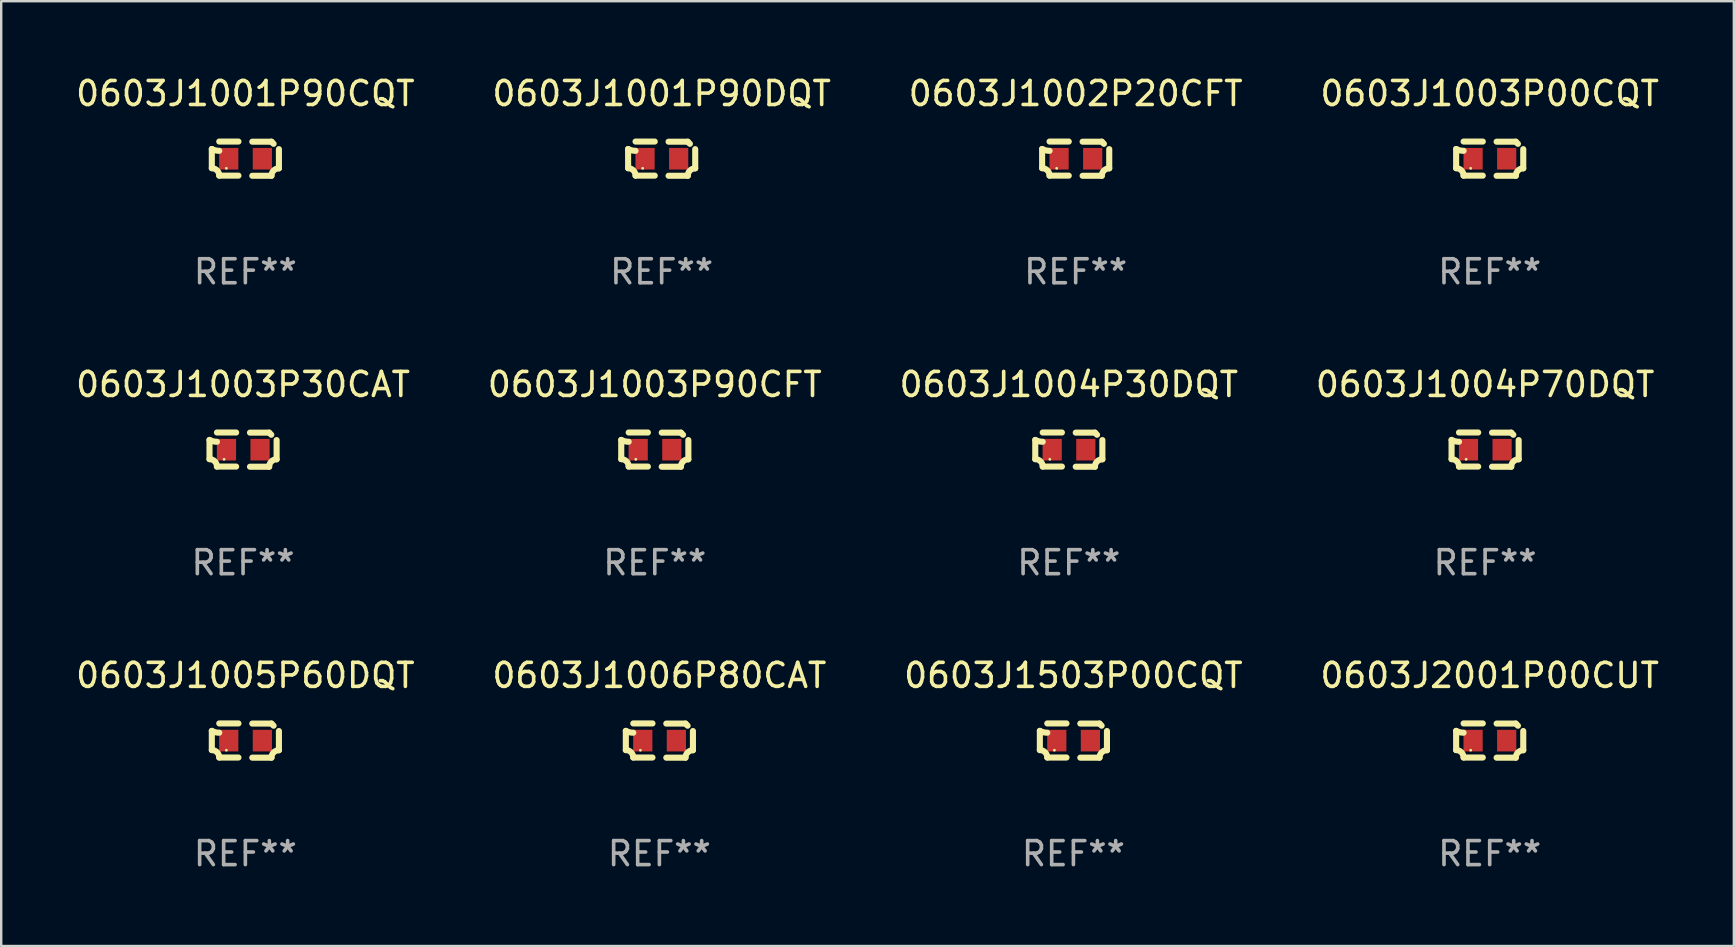
<source format=kicad_pcb>
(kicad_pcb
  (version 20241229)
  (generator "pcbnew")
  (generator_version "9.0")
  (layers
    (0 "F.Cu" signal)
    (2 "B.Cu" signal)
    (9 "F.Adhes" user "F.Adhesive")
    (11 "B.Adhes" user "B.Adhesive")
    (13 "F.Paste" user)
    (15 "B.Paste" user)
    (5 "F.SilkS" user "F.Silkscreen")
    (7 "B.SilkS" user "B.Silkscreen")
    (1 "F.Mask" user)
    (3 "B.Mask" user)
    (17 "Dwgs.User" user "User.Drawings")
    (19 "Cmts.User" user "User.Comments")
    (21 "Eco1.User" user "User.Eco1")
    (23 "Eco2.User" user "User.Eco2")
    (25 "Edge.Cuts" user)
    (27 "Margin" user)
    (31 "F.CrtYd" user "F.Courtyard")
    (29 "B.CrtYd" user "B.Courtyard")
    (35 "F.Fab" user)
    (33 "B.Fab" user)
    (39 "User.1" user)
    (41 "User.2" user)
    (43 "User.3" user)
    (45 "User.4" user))
  (footprint "0603J1003P00CQT"
    (layer "F.Cu")
    (at 59.018 3.561)
    (property "Reference" "0603J1003P00CQT" (at 0 -2.713 0) (layer "F.SilkS") (effects (font (size 1 1) (thickness 0.15))))
    (attr through_hole)
    (fp_line (start -1.398 -0.403) (end -1.398 0.397) (stroke (width 0.254) (type solid)) (layer "F.SilkS"))
    (fp_line (start -0.288 -0.713) (end -1.088 -0.713) (stroke (width 0.254) (type solid)) (layer "F.SilkS"))
    (fp_line (start -0.288 0.707) (end -1.088 0.707) (stroke (width 0.254) (type solid)) (layer "F.SilkS"))
    (fp_line (start 0.288 -0.707) (end 1.088 -0.707) (stroke (width 0.254) (type solid)) (layer "F.SilkS"))
    (fp_line (start 0.288 0.713) (end 1.088 0.713) (stroke (width 0.254) (type solid)) (layer "F.SilkS"))
    (fp_line (start 1.398 -0.397) (end 1.398 0.403) (stroke (width 0.254) (type solid)) (layer "F.SilkS"))
    (fp_arc (start -1.397789 0.397066) (mid -1.178701 0.487826) (end -1.08796 0.706922) (stroke (width 0.254001) (type solid)) (layer "F.SilkS"))
    (fp_arc (start -1.08796 -0.327176) (mid -1.247436 -0.346384) (end -1.39779 -0.402908) (stroke (width 0.254001) (type solid)) (layer "F.SilkS"))
    (fp_arc (start 1.087909 0.712738) (mid 1.178656 0.493655) (end 1.397739 0.402908) (stroke (width 0.254001) (type solid)) (layer "F.SilkS"))
    (fp_arc (start 1.175925 -0.618926) (mid 1.131917 -0.662923) (end 1.08791 -0.706922) (stroke (width 0.254001) (type solid)) (layer "F.SilkS"))
    (fp_circle (center -0.792 0.403) (end -0.762 0.403) (stroke (width 0.06) (type solid)) (fill no) (layer "F.SilkS"))
    (fp_text user "REF**" (at 0 4.713 0) (layer "F.Fab") (effects (font (size 1 1) (thickness 0.15))))
    (pad "1" smd rect (at -0.692 0.003) (size 0.8 0.9) (layers "F.Cu" "F.Mask" "F.Paste"))
    (pad "2" smd rect (at 0.708 0.003) (size 0.8 0.9) (layers "F.Cu" "F.Mask" "F.Paste")))
  (footprint "0603J1001P90CQT"
    (layer "F.Cu")
    (at 7.173 3.561)
    (property "Reference" "0603J1001P90CQT" (at 0 -2.713 0) (layer "F.SilkS") (effects (font (size 1 1) (thickness 0.15))))
    (attr through_hole)
    (fp_line (start -1.398 -0.403) (end -1.398 0.397) (stroke (width 0.254) (type solid)) (layer "F.SilkS"))
    (fp_line (start -0.288 -0.713) (end -1.088 -0.713) (stroke (width 0.254) (type solid)) (layer "F.SilkS"))
    (fp_line (start -0.288 0.707) (end -1.088 0.707) (stroke (width 0.254) (type solid)) (layer "F.SilkS"))
    (fp_line (start 0.288 -0.707) (end 1.088 -0.707) (stroke (width 0.254) (type solid)) (layer "F.SilkS"))
    (fp_line (start 0.288 0.713) (end 1.088 0.713) (stroke (width 0.254) (type solid)) (layer "F.SilkS"))
    (fp_line (start 1.398 -0.397) (end 1.398 0.403) (stroke (width 0.254) (type solid)) (layer "F.SilkS"))
    (fp_arc (start -1.397789 0.397066) (mid -1.178701 0.487826) (end -1.08796 0.706922) (stroke (width 0.254001) (type solid)) (layer "F.SilkS"))
    (fp_arc (start -1.08796 -0.327176) (mid -1.247436 -0.346384) (end -1.39779 -0.402908) (stroke (width 0.254001) (type solid)) (layer "F.SilkS"))
    (fp_arc (start 1.087909 0.712738) (mid 1.178656 0.493655) (end 1.397739 0.402908) (stroke (width 0.254001) (type solid)) (layer "F.SilkS"))
    (fp_arc (start 1.175925 -0.618926) (mid 1.131917 -0.662923) (end 1.08791 -0.706922) (stroke (width 0.254001) (type solid)) (layer "F.SilkS"))
    (fp_circle (center -0.792 0.403) (end -0.762 0.403) (stroke (width 0.06) (type solid)) (fill no) (layer "F.SilkS"))
    (fp_text user "REF**" (at 0 4.713 0) (layer "F.Fab") (effects (font (size 1 1) (thickness 0.15))))
    (pad "1" smd rect (at -0.692 0.003) (size 0.8 0.9) (layers "F.Cu" "F.Mask" "F.Paste"))
    (pad "2" smd rect (at 0.708 0.003) (size 0.8 0.9) (layers "F.Cu" "F.Mask" "F.Paste")))
  (footprint "0603J1003P30CAT"
    (layer "F.Cu")
    (at 7.077 15.683)
    (property "Reference" "0603J1003P30CAT" (at 0 -2.713 0) (layer "F.SilkS") (effects (font (size 1 1) (thickness 0.15))))
    (attr through_hole)
    (fp_line (start -1.398 -0.403) (end -1.398 0.397) (stroke (width 0.254) (type solid)) (layer "F.SilkS"))
    (fp_line (start -0.288 -0.713) (end -1.088 -0.713) (stroke (width 0.254) (type solid)) (layer "F.SilkS"))
    (fp_line (start -0.288 0.707) (end -1.088 0.707) (stroke (width 0.254) (type solid)) (layer "F.SilkS"))
    (fp_line (start 0.288 -0.707) (end 1.088 -0.707) (stroke (width 0.254) (type solid)) (layer "F.SilkS"))
    (fp_line (start 0.288 0.713) (end 1.088 0.713) (stroke (width 0.254) (type solid)) (layer "F.SilkS"))
    (fp_line (start 1.398 -0.397) (end 1.398 0.403) (stroke (width 0.254) (type solid)) (layer "F.SilkS"))
    (fp_arc (start -1.397789 0.397066) (mid -1.178701 0.487826) (end -1.08796 0.706922) (stroke (width 0.254001) (type solid)) (layer "F.SilkS"))
    (fp_arc (start -1.08796 -0.327176) (mid -1.247436 -0.346384) (end -1.39779 -0.402908) (stroke (width 0.254001) (type solid)) (layer "F.SilkS"))
    (fp_arc (start 1.087909 0.712738) (mid 1.178656 0.493655) (end 1.397739 0.402908) (stroke (width 0.254001) (type solid)) (layer "F.SilkS"))
    (fp_arc (start 1.175925 -0.618926) (mid 1.131917 -0.662923) (end 1.08791 -0.706922) (stroke (width 0.254001) (type solid)) (layer "F.SilkS"))
    (fp_circle (center -0.792 0.403) (end -0.762 0.403) (stroke (width 0.06) (type solid)) (fill no) (layer "F.SilkS"))
    (fp_text user "REF**" (at 0 4.713 0) (layer "F.Fab") (effects (font (size 1 1) (thickness 0.15))))
    (pad "1" smd rect (at -0.692 0.003) (size 0.8 0.9) (layers "F.Cu" "F.Mask" "F.Paste"))
    (pad "2" smd rect (at 0.708 0.003) (size 0.8 0.9) (layers "F.Cu" "F.Mask" "F.Paste")))
  (footprint "0603J1503P00CQT"
    (layer "F.Cu")
    (at 41.673 27.805)
    (property "Reference" "0603J1503P00CQT" (at 0 -2.713 0) (layer "F.SilkS") (effects (font (size 1 1) (thickness 0.15))))
    (attr through_hole)
    (fp_line (start -1.398 -0.403) (end -1.398 0.397) (stroke (width 0.254) (type solid)) (layer "F.SilkS"))
    (fp_line (start -0.288 -0.713) (end -1.088 -0.713) (stroke (width 0.254) (type solid)) (layer "F.SilkS"))
    (fp_line (start -0.288 0.707) (end -1.088 0.707) (stroke (width 0.254) (type solid)) (layer "F.SilkS"))
    (fp_line (start 0.288 -0.707) (end 1.088 -0.707) (stroke (width 0.254) (type solid)) (layer "F.SilkS"))
    (fp_line (start 0.288 0.713) (end 1.088 0.713) (stroke (width 0.254) (type solid)) (layer "F.SilkS"))
    (fp_line (start 1.398 -0.397) (end 1.398 0.403) (stroke (width 0.254) (type solid)) (layer "F.SilkS"))
    (fp_arc (start -1.397789 0.397066) (mid -1.178701 0.487826) (end -1.08796 0.706922) (stroke (width 0.254001) (type solid)) (layer "F.SilkS"))
    (fp_arc (start -1.08796 -0.327176) (mid -1.247436 -0.346384) (end -1.39779 -0.402908) (stroke (width 0.254001) (type solid)) (layer "F.SilkS"))
    (fp_arc (start 1.087909 0.712738) (mid 1.178656 0.493655) (end 1.397739 0.402908) (stroke (width 0.254001) (type solid)) (layer "F.SilkS"))
    (fp_arc (start 1.175925 -0.618926) (mid 1.131917 -0.662923) (end 1.08791 -0.706922) (stroke (width 0.254001) (type solid)) (layer "F.SilkS"))
    (fp_circle (center -0.792 0.403) (end -0.762 0.403) (stroke (width 0.06) (type solid)) (fill no) (layer "F.SilkS"))
    (fp_text user "REF**" (at 0 4.713 0) (layer "F.Fab") (effects (font (size 1 1) (thickness 0.15))))
    (pad "1" smd rect (at -0.692 0.003) (size 0.8 0.9) (layers "F.Cu" "F.Mask" "F.Paste"))
    (pad "2" smd rect (at 0.708 0.003) (size 0.8 0.9) (layers "F.Cu" "F.Mask" "F.Paste")))
  (footprint "0603J2001P00CUT"
    (layer "F.Cu")
    (at 59.018 27.805)
    (property "Reference" "0603J2001P00CUT" (at 0 -2.713 0) (layer "F.SilkS") (effects (font (size 1 1) (thickness 0.15))))
    (attr through_hole)
    (fp_line (start -1.398 -0.403) (end -1.398 0.397) (stroke (width 0.254) (type solid)) (layer "F.SilkS"))
    (fp_line (start -0.288 -0.713) (end -1.088 -0.713) (stroke (width 0.254) (type solid)) (layer "F.SilkS"))
    (fp_line (start -0.288 0.707) (end -1.088 0.707) (stroke (width 0.254) (type solid)) (layer "F.SilkS"))
    (fp_line (start 0.288 -0.707) (end 1.088 -0.707) (stroke (width 0.254) (type solid)) (layer "F.SilkS"))
    (fp_line (start 0.288 0.713) (end 1.088 0.713) (stroke (width 0.254) (type solid)) (layer "F.SilkS"))
    (fp_line (start 1.398 -0.397) (end 1.398 0.403) (stroke (width 0.254) (type solid)) (layer "F.SilkS"))
    (fp_arc (start -1.397789 0.397066) (mid -1.178701 0.487826) (end -1.08796 0.706922) (stroke (width 0.254001) (type solid)) (layer "F.SilkS"))
    (fp_arc (start -1.08796 -0.327176) (mid -1.247436 -0.346384) (end -1.39779 -0.402908) (stroke (width 0.254001) (type solid)) (layer "F.SilkS"))
    (fp_arc (start 1.087909 0.712738) (mid 1.178656 0.493655) (end 1.397739 0.402908) (stroke (width 0.254001) (type solid)) (layer "F.SilkS"))
    (fp_arc (start 1.175925 -0.618926) (mid 1.131917 -0.662923) (end 1.08791 -0.706922) (stroke (width 0.254001) (type solid)) (layer "F.SilkS"))
    (fp_circle (center -0.792 0.403) (end -0.762 0.403) (stroke (width 0.06) (type solid)) (fill no) (layer "F.SilkS"))
    (fp_text user "REF**" (at 0 4.713 0) (layer "F.Fab") (effects (font (size 1 1) (thickness 0.15))))
    (pad "1" smd rect (at -0.692 0.003) (size 0.8 0.9) (layers "F.Cu" "F.Mask" "F.Paste"))
    (pad "2" smd rect (at 0.708 0.003) (size 0.8 0.9) (layers "F.Cu" "F.Mask" "F.Paste")))
  (footprint "0603J1006P80CAT"
    (layer "F.Cu")
    (at 24.423 27.805)
    (property "Reference" "0603J1006P80CAT" (at 0 -2.713 0) (layer "F.SilkS") (effects (font (size 1 1) (thickness 0.15))))
    (attr through_hole)
    (fp_line (start -1.398 -0.403) (end -1.398 0.397) (stroke (width 0.254) (type solid)) (layer "F.SilkS"))
    (fp_line (start -0.288 -0.713) (end -1.088 -0.713) (stroke (width 0.254) (type solid)) (layer "F.SilkS"))
    (fp_line (start -0.288 0.707) (end -1.088 0.707) (stroke (width 0.254) (type solid)) (layer "F.SilkS"))
    (fp_line (start 0.288 -0.707) (end 1.088 -0.707) (stroke (width 0.254) (type solid)) (layer "F.SilkS"))
    (fp_line (start 0.288 0.713) (end 1.088 0.713) (stroke (width 0.254) (type solid)) (layer "F.SilkS"))
    (fp_line (start 1.398 -0.397) (end 1.398 0.403) (stroke (width 0.254) (type solid)) (layer "F.SilkS"))
    (fp_arc (start -1.397789 0.397066) (mid -1.178701 0.487826) (end -1.08796 0.706922) (stroke (width 0.254001) (type solid)) (layer "F.SilkS"))
    (fp_arc (start -1.08796 -0.327176) (mid -1.247436 -0.346384) (end -1.39779 -0.402908) (stroke (width 0.254001) (type solid)) (layer "F.SilkS"))
    (fp_arc (start 1.087909 0.712738) (mid 1.178656 0.493655) (end 1.397739 0.402908) (stroke (width 0.254001) (type solid)) (layer "F.SilkS"))
    (fp_arc (start 1.175925 -0.618926) (mid 1.131917 -0.662923) (end 1.08791 -0.706922) (stroke (width 0.254001) (type solid)) (layer "F.SilkS"))
    (fp_circle (center -0.792 0.403) (end -0.762 0.403) (stroke (width 0.06) (type solid)) (fill no) (layer "F.SilkS"))
    (fp_text user "REF**" (at 0 4.713 0) (layer "F.Fab") (effects (font (size 1 1) (thickness 0.15))))
    (pad "1" smd rect (at -0.692 0.003) (size 0.8 0.9) (layers "F.Cu" "F.Mask" "F.Paste"))
    (pad "2" smd rect (at 0.708 0.003) (size 0.8 0.9) (layers "F.Cu" "F.Mask" "F.Paste")))
  (footprint "0603J1004P70DQT"
    (layer "F.Cu")
    (at 58.827 15.683)
    (property "Reference" "0603J1004P70DQT" (at 0 -2.713 0) (layer "F.SilkS") (effects (font (size 1 1) (thickness 0.15))))
    (attr through_hole)
    (fp_line (start -1.398 -0.403) (end -1.398 0.397) (stroke (width 0.254) (type solid)) (layer "F.SilkS"))
    (fp_line (start -0.288 -0.713) (end -1.088 -0.713) (stroke (width 0.254) (type solid)) (layer "F.SilkS"))
    (fp_line (start -0.288 0.707) (end -1.088 0.707) (stroke (width 0.254) (type solid)) (layer "F.SilkS"))
    (fp_line (start 0.288 -0.707) (end 1.088 -0.707) (stroke (width 0.254) (type solid)) (layer "F.SilkS"))
    (fp_line (start 0.288 0.713) (end 1.088 0.713) (stroke (width 0.254) (type solid)) (layer "F.SilkS"))
    (fp_line (start 1.398 -0.397) (end 1.398 0.403) (stroke (width 0.254) (type solid)) (layer "F.SilkS"))
    (fp_arc (start -1.397789 0.397066) (mid -1.178701 0.487826) (end -1.08796 0.706922) (stroke (width 0.254001) (type solid)) (layer "F.SilkS"))
    (fp_arc (start -1.08796 -0.327176) (mid -1.247436 -0.346384) (end -1.39779 -0.402908) (stroke (width 0.254001) (type solid)) (layer "F.SilkS"))
    (fp_arc (start 1.087909 0.712738) (mid 1.178656 0.493655) (end 1.397739 0.402908) (stroke (width 0.254001) (type solid)) (layer "F.SilkS"))
    (fp_arc (start 1.175925 -0.618926) (mid 1.131917 -0.662923) (end 1.08791 -0.706922) (stroke (width 0.254001) (type solid)) (layer "F.SilkS"))
    (fp_circle (center -0.792 0.403) (end -0.762 0.403) (stroke (width 0.06) (type solid)) (fill no) (layer "F.SilkS"))
    (fp_text user "REF**" (at 0 4.713 0) (layer "F.Fab") (effects (font (size 1 1) (thickness 0.15))))
    (pad "1" smd rect (at -0.692 0.003) (size 0.8 0.9) (layers "F.Cu" "F.Mask" "F.Paste"))
    (pad "2" smd rect (at 0.708 0.003) (size 0.8 0.9) (layers "F.Cu" "F.Mask" "F.Paste")))
  (footprint "0603J1004P30DQT"
    (layer "F.Cu")
    (at 41.482 15.683)
    (property "Reference" "0603J1004P30DQT" (at 0 -2.713 0) (layer "F.SilkS") (effects (font (size 1 1) (thickness 0.15))))
    (attr through_hole)
    (fp_line (start -1.398 -0.403) (end -1.398 0.397) (stroke (width 0.254) (type solid)) (layer "F.SilkS"))
    (fp_line (start -0.288 -0.713) (end -1.088 -0.713) (stroke (width 0.254) (type solid)) (layer "F.SilkS"))
    (fp_line (start -0.288 0.707) (end -1.088 0.707) (stroke (width 0.254) (type solid)) (layer "F.SilkS"))
    (fp_line (start 0.288 -0.707) (end 1.088 -0.707) (stroke (width 0.254) (type solid)) (layer "F.SilkS"))
    (fp_line (start 0.288 0.713) (end 1.088 0.713) (stroke (width 0.254) (type solid)) (layer "F.SilkS"))
    (fp_line (start 1.398 -0.397) (end 1.398 0.403) (stroke (width 0.254) (type solid)) (layer "F.SilkS"))
    (fp_arc (start -1.397789 0.397066) (mid -1.178701 0.487826) (end -1.08796 0.706922) (stroke (width 0.254001) (type solid)) (layer "F.SilkS"))
    (fp_arc (start -1.08796 -0.327176) (mid -1.247436 -0.346384) (end -1.39779 -0.402908) (stroke (width 0.254001) (type solid)) (layer "F.SilkS"))
    (fp_arc (start 1.087909 0.712738) (mid 1.178656 0.493655) (end 1.397739 0.402908) (stroke (width 0.254001) (type solid)) (layer "F.SilkS"))
    (fp_arc (start 1.175925 -0.618926) (mid 1.131917 -0.662923) (end 1.08791 -0.706922) (stroke (width 0.254001) (type solid)) (layer "F.SilkS"))
    (fp_circle (center -0.792 0.403) (end -0.762 0.403) (stroke (width 0.06) (type solid)) (fill no) (layer "F.SilkS"))
    (fp_text user "REF**" (at 0 4.713 0) (layer "F.Fab") (effects (font (size 1 1) (thickness 0.15))))
    (pad "1" smd rect (at -0.692 0.003) (size 0.8 0.9) (layers "F.Cu" "F.Mask" "F.Paste"))
    (pad "2" smd rect (at 0.708 0.003) (size 0.8 0.9) (layers "F.Cu" "F.Mask" "F.Paste")))
  (footprint "0603J1003P90CFT"
    (layer "F.Cu")
    (at 24.232 15.683)
    (property "Reference" "0603J1003P90CFT" (at 0 -2.713 0) (layer "F.SilkS") (effects (font (size 1 1) (thickness 0.15))))
    (attr through_hole)
    (fp_line (start -1.398 -0.403) (end -1.398 0.397) (stroke (width 0.254) (type solid)) (layer "F.SilkS"))
    (fp_line (start -0.288 -0.713) (end -1.088 -0.713) (stroke (width 0.254) (type solid)) (layer "F.SilkS"))
    (fp_line (start -0.288 0.707) (end -1.088 0.707) (stroke (width 0.254) (type solid)) (layer "F.SilkS"))
    (fp_line (start 0.288 -0.707) (end 1.088 -0.707) (stroke (width 0.254) (type solid)) (layer "F.SilkS"))
    (fp_line (start 0.288 0.713) (end 1.088 0.713) (stroke (width 0.254) (type solid)) (layer "F.SilkS"))
    (fp_line (start 1.398 -0.397) (end 1.398 0.403) (stroke (width 0.254) (type solid)) (layer "F.SilkS"))
    (fp_arc (start -1.397789 0.397066) (mid -1.178701 0.487826) (end -1.08796 0.706922) (stroke (width 0.254001) (type solid)) (layer "F.SilkS"))
    (fp_arc (start -1.08796 -0.327176) (mid -1.247436 -0.346384) (end -1.39779 -0.402908) (stroke (width 0.254001) (type solid)) (layer "F.SilkS"))
    (fp_arc (start 1.087909 0.712738) (mid 1.178656 0.493655) (end 1.397739 0.402908) (stroke (width 0.254001) (type solid)) (layer "F.SilkS"))
    (fp_arc (start 1.175925 -0.618926) (mid 1.131917 -0.662923) (end 1.08791 -0.706922) (stroke (width 0.254001) (type solid)) (layer "F.SilkS"))
    (fp_circle (center -0.792 0.403) (end -0.762 0.403) (stroke (width 0.06) (type solid)) (fill no) (layer "F.SilkS"))
    (fp_text user "REF**" (at 0 4.713 0) (layer "F.Fab") (effects (font (size 1 1) (thickness 0.15))))
    (pad "1" smd rect (at -0.692 0.003) (size 0.8 0.9) (layers "F.Cu" "F.Mask" "F.Paste"))
    (pad "2" smd rect (at 0.708 0.003) (size 0.8 0.9) (layers "F.Cu" "F.Mask" "F.Paste")))
  (footprint "0603J1001P90DQT"
    (layer "F.Cu")
    (at 24.518 3.561)
    (property "Reference" "0603J1001P90DQT" (at 0 -2.713 0) (layer "F.SilkS") (effects (font (size 1 1) (thickness 0.15))))
    (attr through_hole)
    (fp_line (start -1.398 -0.403) (end -1.398 0.397) (stroke (width 0.254) (type solid)) (layer "F.SilkS"))
    (fp_line (start -0.288 -0.713) (end -1.088 -0.713) (stroke (width 0.254) (type solid)) (layer "F.SilkS"))
    (fp_line (start -0.288 0.707) (end -1.088 0.707) (stroke (width 0.254) (type solid)) (layer "F.SilkS"))
    (fp_line (start 0.288 -0.707) (end 1.088 -0.707) (stroke (width 0.254) (type solid)) (layer "F.SilkS"))
    (fp_line (start 0.288 0.713) (end 1.088 0.713) (stroke (width 0.254) (type solid)) (layer "F.SilkS"))
    (fp_line (start 1.398 -0.397) (end 1.398 0.403) (stroke (width 0.254) (type solid)) (layer "F.SilkS"))
    (fp_arc (start -1.397789 0.397066) (mid -1.178701 0.487826) (end -1.08796 0.706922) (stroke (width 0.254001) (type solid)) (layer "F.SilkS"))
    (fp_arc (start -1.08796 -0.327176) (mid -1.247436 -0.346384) (end -1.39779 -0.402908) (stroke (width 0.254001) (type solid)) (layer "F.SilkS"))
    (fp_arc (start 1.087909 0.712738) (mid 1.178656 0.493655) (end 1.397739 0.402908) (stroke (width 0.254001) (type solid)) (layer "F.SilkS"))
    (fp_arc (start 1.175925 -0.618926) (mid 1.131917 -0.662923) (end 1.08791 -0.706922) (stroke (width 0.254001) (type solid)) (layer "F.SilkS"))
    (fp_circle (center -0.792 0.403) (end -0.762 0.403) (stroke (width 0.06) (type solid)) (fill no) (layer "F.SilkS"))
    (fp_text user "REF**" (at 0 4.713 0) (layer "F.Fab") (effects (font (size 1 1) (thickness 0.15))))
    (pad "1" smd rect (at -0.692 0.003) (size 0.8 0.9) (layers "F.Cu" "F.Mask" "F.Paste"))
    (pad "2" smd rect (at 0.708 0.003) (size 0.8 0.9) (layers "F.Cu" "F.Mask" "F.Paste")))
  (footprint "0603J1002P20CFT"
    (layer "F.Cu")
    (at 41.768 3.561)
    (property "Reference" "0603J1002P20CFT" (at 0 -2.713 0) (layer "F.SilkS") (effects (font (size 1 1) (thickness 0.15))))
    (attr through_hole)
    (fp_line (start -1.398 -0.403) (end -1.398 0.397) (stroke (width 0.254) (type solid)) (layer "F.SilkS"))
    (fp_line (start -0.288 -0.713) (end -1.088 -0.713) (stroke (width 0.254) (type solid)) (layer "F.SilkS"))
    (fp_line (start -0.288 0.707) (end -1.088 0.707) (stroke (width 0.254) (type solid)) (layer "F.SilkS"))
    (fp_line (start 0.288 -0.707) (end 1.088 -0.707) (stroke (width 0.254) (type solid)) (layer "F.SilkS"))
    (fp_line (start 0.288 0.713) (end 1.088 0.713) (stroke (width 0.254) (type solid)) (layer "F.SilkS"))
    (fp_line (start 1.398 -0.397) (end 1.398 0.403) (stroke (width 0.254) (type solid)) (layer "F.SilkS"))
    (fp_arc (start -1.397789 0.397066) (mid -1.178701 0.487826) (end -1.08796 0.706922) (stroke (width 0.254001) (type solid)) (layer "F.SilkS"))
    (fp_arc (start -1.08796 -0.327176) (mid -1.247436 -0.346384) (end -1.39779 -0.402908) (stroke (width 0.254001) (type solid)) (layer "F.SilkS"))
    (fp_arc (start 1.087909 0.712738) (mid 1.178656 0.493655) (end 1.397739 0.402908) (stroke (width 0.254001) (type solid)) (layer "F.SilkS"))
    (fp_arc (start 1.175925 -0.618926) (mid 1.131917 -0.662923) (end 1.08791 -0.706922) (stroke (width 0.254001) (type solid)) (layer "F.SilkS"))
    (fp_circle (center -0.792 0.403) (end -0.762 0.403) (stroke (width 0.06) (type solid)) (fill no) (layer "F.SilkS"))
    (fp_text user "REF**" (at 0 4.713 0) (layer "F.Fab") (effects (font (size 1 1) (thickness 0.15))))
    (pad "1" smd rect (at -0.692 0.003) (size 0.8 0.9) (layers "F.Cu" "F.Mask" "F.Paste"))
    (pad "2" smd rect (at 0.708 0.003) (size 0.8 0.9) (layers "F.Cu" "F.Mask" "F.Paste")))
  (footprint "0603J1005P60DQT"
    (layer "F.Cu")
    (at 7.173 27.805)
    (property "Reference" "0603J1005P60DQT" (at 0 -2.713 0) (layer "F.SilkS") (effects (font (size 1 1) (thickness 0.15))))
    (attr through_hole)
    (fp_line (start -1.398 -0.403) (end -1.398 0.397) (stroke (width 0.254) (type solid)) (layer "F.SilkS"))
    (fp_line (start -0.288 -0.713) (end -1.088 -0.713) (stroke (width 0.254) (type solid)) (layer "F.SilkS"))
    (fp_line (start -0.288 0.707) (end -1.088 0.707) (stroke (width 0.254) (type solid)) (layer "F.SilkS"))
    (fp_line (start 0.288 -0.707) (end 1.088 -0.707) (stroke (width 0.254) (type solid)) (layer "F.SilkS"))
    (fp_line (start 0.288 0.713) (end 1.088 0.713) (stroke (width 0.254) (type solid)) (layer "F.SilkS"))
    (fp_line (start 1.398 -0.397) (end 1.398 0.403) (stroke (width 0.254) (type solid)) (layer "F.SilkS"))
    (fp_arc (start -1.397789 0.397066) (mid -1.178701 0.487826) (end -1.08796 0.706922) (stroke (width 0.254001) (type solid)) (layer "F.SilkS"))
    (fp_arc (start -1.08796 -0.327176) (mid -1.247436 -0.346384) (end -1.39779 -0.402908) (stroke (width 0.254001) (type solid)) (layer "F.SilkS"))
    (fp_arc (start 1.087909 0.712738) (mid 1.178656 0.493655) (end 1.397739 0.402908) (stroke (width 0.254001) (type solid)) (layer "F.SilkS"))
    (fp_arc (start 1.175925 -0.618926) (mid 1.131917 -0.662923) (end 1.08791 -0.706922) (stroke (width 0.254001) (type solid)) (layer "F.SilkS"))
    (fp_circle (center -0.792 0.403) (end -0.762 0.403) (stroke (width 0.06) (type solid)) (fill no) (layer "F.SilkS"))
    (fp_text user "REF**" (at 0 4.713 0) (layer "F.Fab") (effects (font (size 1 1) (thickness 0.15))))
    (pad "1" smd rect (at -0.692 0.003) (size 0.8 0.9) (layers "F.Cu" "F.Mask" "F.Paste"))
    (pad "2" smd rect (at 0.708 0.003) (size 0.8 0.9) (layers "F.Cu" "F.Mask" "F.Paste")))
  (gr_rect
    (start -3 -3)
    (end 69.19 36.366)
    (stroke (width 0.1) (type default))
    (fill no)
    (layer "Edge.Cuts")))
</source>
